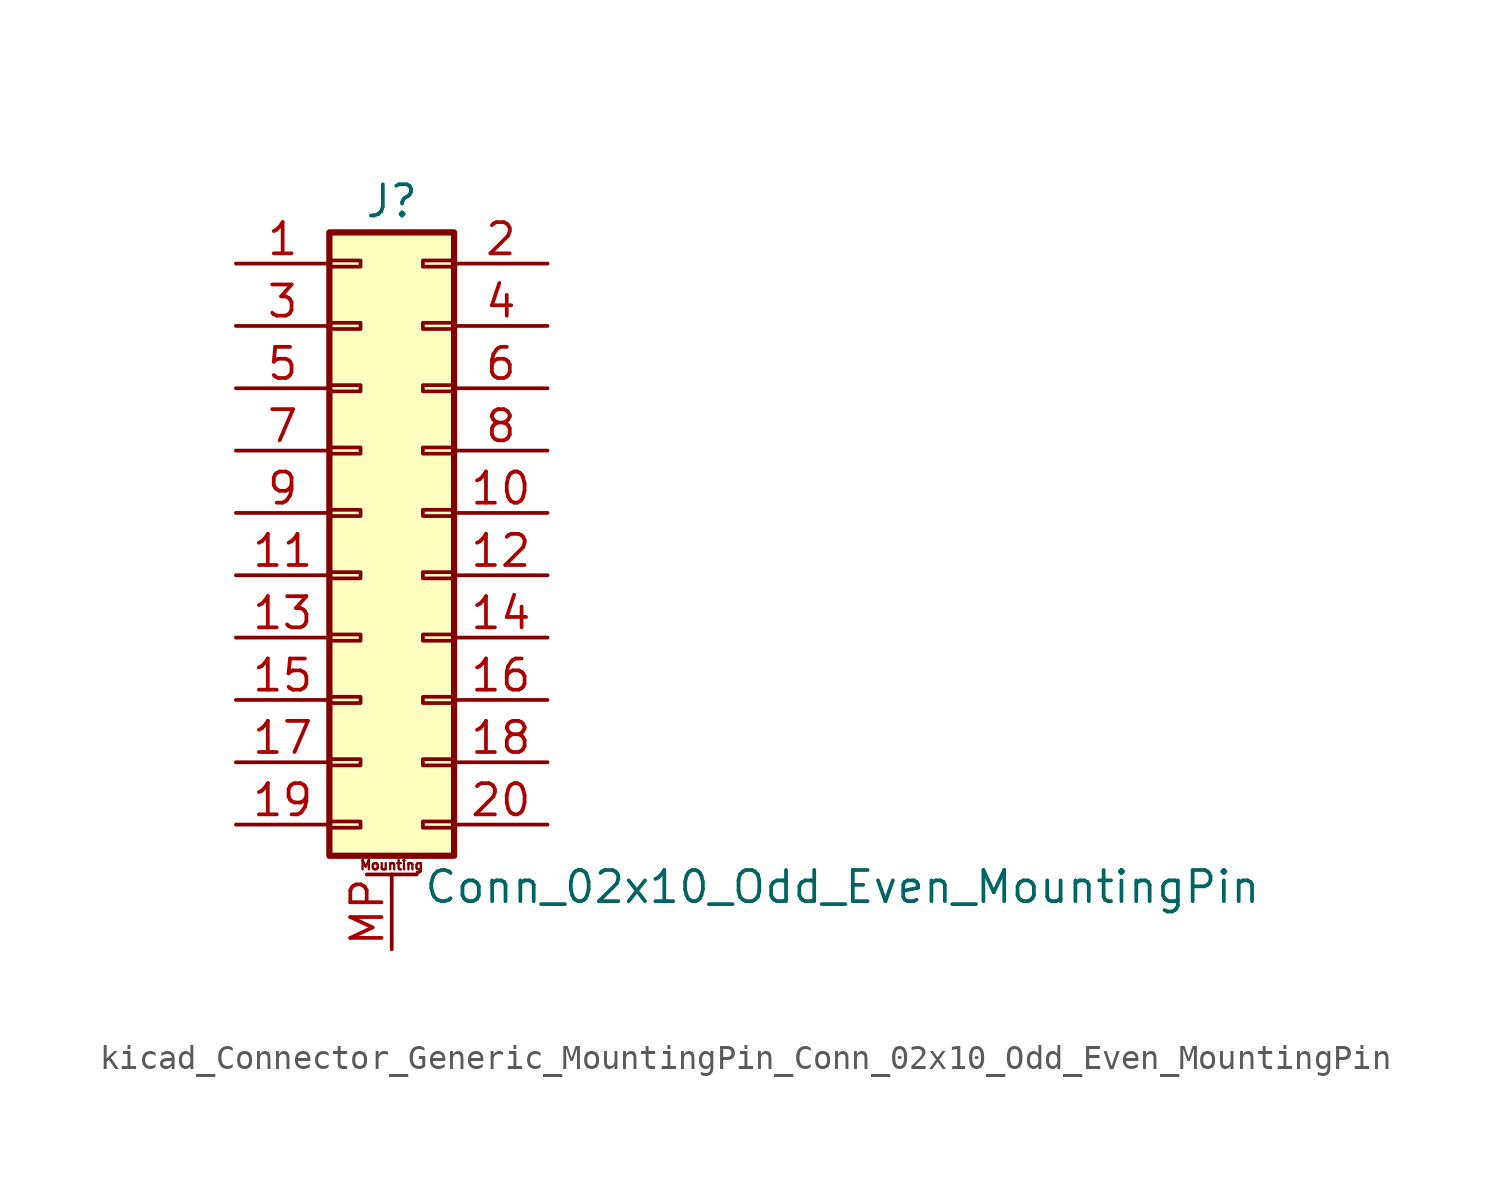
<source format=kicad_sym>
(kicad_symbol_lib
  (version 20220914)
  (generator kicad_symbol_editor)
  (symbol "kicad_Connector_Generic_MountingPin_Conn_02x10_Odd_Even_MountingPin"
    (pin_names
      (offset 1.016) hide)
    (property "Reference" "J"
      (at 1.27 12.7 0)
      (effects (font (size 1.27 1.27))))
    (property "Value" "Conn_02x10_Odd_Even_MountingPin"
      (at 2.54 -15.24 0)
      (effects (font (size 1.27 1.27)) (justify left)))
    (symbol "kicad_Connector_Generic_MountingPin_Conn_02x10_Odd_Even_MountingPin_1_1"
      (rectangle (start -1.27 -12.573) (end 0 -12.827) (stroke (width 0.152) (type default)) (fill (type none)))
      (rectangle (start -1.27 -10.033) (end 0 -10.287) (stroke (width 0.152) (type default)) (fill (type none)))
      (rectangle (start -1.27 -7.493) (end 0 -7.747) (stroke (width 0.152) (type default)) (fill (type none)))
      (rectangle (start -1.27 -4.953) (end 0 -5.207) (stroke (width 0.152) (type default)) (fill (type none)))
      (rectangle (start -1.27 -2.413) (end 0 -2.667) (stroke (width 0.152) (type default)) (fill (type none)))
      (rectangle (start -1.27 0.127) (end 0 -0.127) (stroke (width 0.152) (type default)) (fill (type none)))
      (rectangle (start -1.27 2.667) (end 0 2.413) (stroke (width 0.152) (type default)) (fill (type none)))
      (rectangle (start -1.27 5.207) (end 0 4.953) (stroke (width 0.152) (type default)) (fill (type none)))
      (rectangle (start -1.27 7.747) (end 0 7.493) (stroke (width 0.152) (type default)) (fill (type none)))
      (rectangle (start -1.27 10.287) (end 0 10.033) (stroke (width 0.152) (type default)) (fill (type none)))
      (rectangle (start -1.27 11.43) (end 3.81 -13.97) (stroke (width 0.254) (type default)) (fill (type background)))
      (polyline (pts (xy 0.254 -14.732) (xy 2.286 -14.732)) (stroke (width 0.152) (type default)) (fill (type none)))
      (rectangle (start 3.81 -12.573) (end 2.54 -12.827) (stroke (width 0.152) (type default)) (fill (type none)))
      (rectangle (start 3.81 -10.033) (end 2.54 -10.287) (stroke (width 0.152) (type default)) (fill (type none)))
      (rectangle (start 3.81 -7.493) (end 2.54 -7.747) (stroke (width 0.152) (type default)) (fill (type none)))
      (rectangle (start 3.81 -4.953) (end 2.54 -5.207) (stroke (width 0.152) (type default)) (fill (type none)))
      (rectangle (start 3.81 -2.413) (end 2.54 -2.667) (stroke (width 0.152) (type default)) (fill (type none)))
      (rectangle (start 3.81 0.127) (end 2.54 -0.127) (stroke (width 0.152) (type default)) (fill (type none)))
      (rectangle (start 3.81 2.667) (end 2.54 2.413) (stroke (width 0.152) (type default)) (fill (type none)))
      (rectangle (start 3.81 5.207) (end 2.54 4.953) (stroke (width 0.152) (type default)) (fill (type none)))
      (rectangle (start 3.81 7.747) (end 2.54 7.493) (stroke (width 0.152) (type default)) (fill (type none)))
      (rectangle (start 3.81 10.287) (end 2.54 10.033) (stroke (width 0.152) (type default)) (fill (type none)))
      (text "Mounting" (at 1.27 -14.351 0) (effects (font (size 0.381 0.381))))
      (pin passive line (at -5.08 10.16 0) (length 3.81) (name "Pin_1" (effects (font (size 1.27 1.27)))) (number "1" (effects (font (size 1.27 1.27)))))
      (pin passive line (at 7.62 0 180) (length 3.81) (name "Pin_10" (effects (font (size 1.27 1.27)))) (number "10" (effects (font (size 1.27 1.27)))))
      (pin passive line (at -5.08 -2.54 0) (length 3.81) (name "Pin_11" (effects (font (size 1.27 1.27)))) (number "11" (effects (font (size 1.27 1.27)))))
      (pin passive line (at 7.62 -2.54 180) (length 3.81) (name "Pin_12" (effects (font (size 1.27 1.27)))) (number "12" (effects (font (size 1.27 1.27)))))
      (pin passive line (at -5.08 -5.08 0) (length 3.81) (name "Pin_13" (effects (font (size 1.27 1.27)))) (number "13" (effects (font (size 1.27 1.27)))))
      (pin passive line (at 7.62 -5.08 180) (length 3.81) (name "Pin_14" (effects (font (size 1.27 1.27)))) (number "14" (effects (font (size 1.27 1.27)))))
      (pin passive line (at -5.08 -7.62 0) (length 3.81) (name "Pin_15" (effects (font (size 1.27 1.27)))) (number "15" (effects (font (size 1.27 1.27)))))
      (pin passive line (at 7.62 -7.62 180) (length 3.81) (name "Pin_16" (effects (font (size 1.27 1.27)))) (number "16" (effects (font (size 1.27 1.27)))))
      (pin passive line (at -5.08 -10.16 0) (length 3.81) (name "Pin_17" (effects (font (size 1.27 1.27)))) (number "17" (effects (font (size 1.27 1.27)))))
      (pin passive line (at 7.62 -10.16 180) (length 3.81) (name "Pin_18" (effects (font (size 1.27 1.27)))) (number "18" (effects (font (size 1.27 1.27)))))
      (pin passive line (at -5.08 -12.7 0) (length 3.81) (name "Pin_19" (effects (font (size 1.27 1.27)))) (number "19" (effects (font (size 1.27 1.27)))))
      (pin passive line (at 7.62 10.16 180) (length 3.81) (name "Pin_2" (effects (font (size 1.27 1.27)))) (number "2" (effects (font (size 1.27 1.27)))))
      (pin passive line (at 7.62 -12.7 180) (length 3.81) (name "Pin_20" (effects (font (size 1.27 1.27)))) (number "20" (effects (font (size 1.27 1.27)))))
      (pin passive line (at -5.08 7.62 0) (length 3.81) (name "Pin_3" (effects (font (size 1.27 1.27)))) (number "3" (effects (font (size 1.27 1.27)))))
      (pin passive line (at 7.62 7.62 180) (length 3.81) (name "Pin_4" (effects (font (size 1.27 1.27)))) (number "4" (effects (font (size 1.27 1.27)))))
      (pin passive line (at -5.08 5.08 0) (length 3.81) (name "Pin_5" (effects (font (size 1.27 1.27)))) (number "5" (effects (font (size 1.27 1.27)))))
      (pin passive line (at 7.62 5.08 180) (length 3.81) (name "Pin_6" (effects (font (size 1.27 1.27)))) (number "6" (effects (font (size 1.27 1.27)))))
      (pin passive line (at -5.08 2.54 0) (length 3.81) (name "Pin_7" (effects (font (size 1.27 1.27)))) (number "7" (effects (font (size 1.27 1.27)))))
      (pin passive line (at 7.62 2.54 180) (length 3.81) (name "Pin_8" (effects (font (size 1.27 1.27)))) (number "8" (effects (font (size 1.27 1.27)))))
      (pin passive line (at -5.08 0 0) (length 3.81) (name "Pin_9" (effects (font (size 1.27 1.27)))) (number "9" (effects (font (size 1.27 1.27)))))
      (pin passive line (at 1.27 -17.78 90) (length 3.048) (name "MountPin" (effects (font (size 1.27 1.27)))) (number "MP" (effects (font (size 1.27 1.27))))))))
</source>
